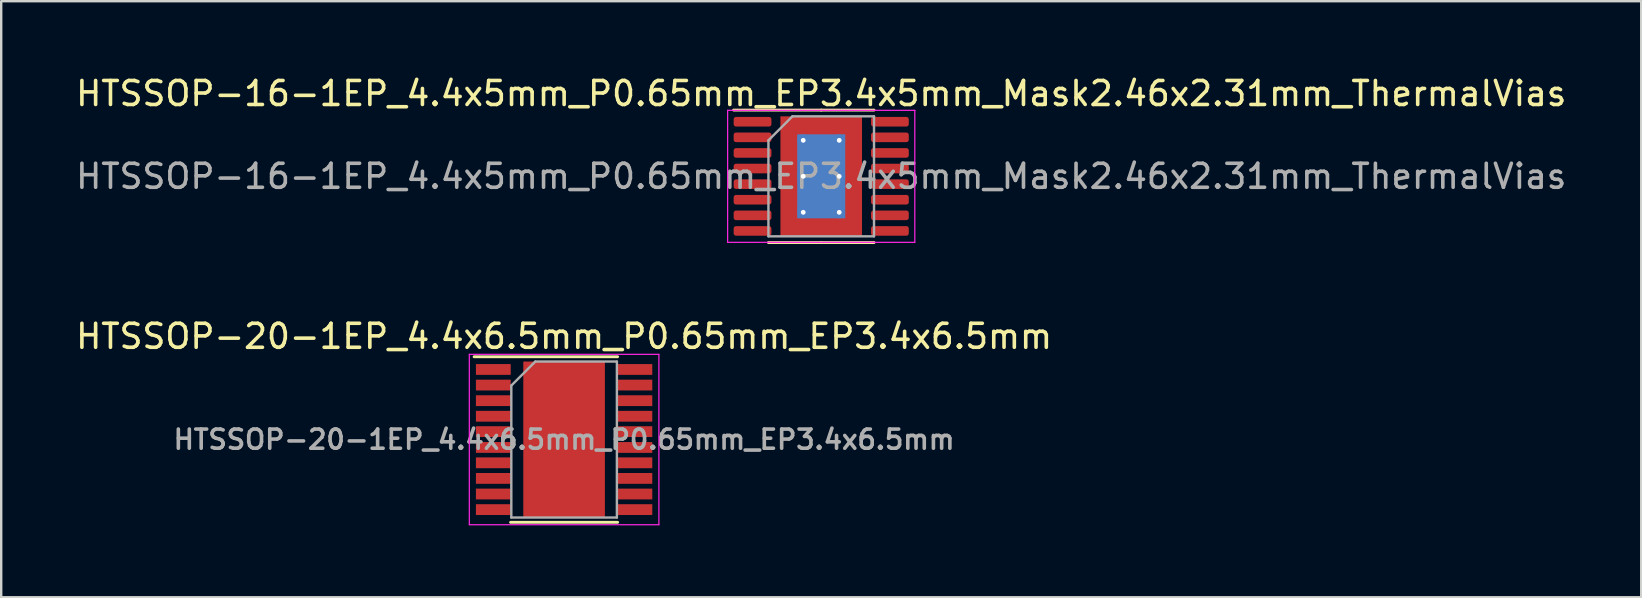
<source format=kicad_pcb>
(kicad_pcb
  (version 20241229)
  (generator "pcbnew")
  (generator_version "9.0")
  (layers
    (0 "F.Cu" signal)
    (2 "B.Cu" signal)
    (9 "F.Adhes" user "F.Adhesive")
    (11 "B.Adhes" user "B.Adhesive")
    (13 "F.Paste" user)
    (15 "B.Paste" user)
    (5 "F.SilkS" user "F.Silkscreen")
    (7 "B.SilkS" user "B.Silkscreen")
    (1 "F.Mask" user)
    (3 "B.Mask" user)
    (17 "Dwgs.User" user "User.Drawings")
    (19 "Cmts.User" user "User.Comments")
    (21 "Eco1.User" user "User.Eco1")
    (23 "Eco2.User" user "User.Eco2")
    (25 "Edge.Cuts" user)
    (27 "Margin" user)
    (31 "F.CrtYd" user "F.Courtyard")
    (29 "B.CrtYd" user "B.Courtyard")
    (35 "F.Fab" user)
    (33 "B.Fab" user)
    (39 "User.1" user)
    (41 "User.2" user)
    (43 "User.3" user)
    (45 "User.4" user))
  (footprint "HTSSOP-16-1EP_4.4x5mm_P0.65mm_EP3.4x5mm_Mask2.46x2.31mm_ThermalVias"
    (layer "F.Cu")
    (at 31.173 4.298)
    (property "Reference" "HTSSOP-16-1EP_4.4x5mm_P0.65mm_EP3.4x5mm_Mask2.46x2.31mm_ThermalVias" (at 0 -3.45 0) (layer "F.SilkS") (effects (font (size 1 1) (thickness 0.15))))
    (attr smd)
    (fp_line (start 0 -2.76) (end -3.65 -2.76) (stroke (width 0.12) (type solid)) (layer "F.SilkS"))
    (fp_line (start 0 -2.76) (end 2.2 -2.76) (stroke (width 0.12) (type solid)) (layer "F.SilkS"))
    (fp_line (start 0 2.76) (end -2.2 2.76) (stroke (width 0.12) (type solid)) (layer "F.SilkS"))
    (fp_line (start 0 2.76) (end 2.2 2.76) (stroke (width 0.12) (type solid)) (layer "F.SilkS"))
    (fp_line (start -3.9 -2.75) (end -3.9 2.75) (stroke (width 0.05) (type solid)) (layer "F.CrtYd"))
    (fp_line (start -3.9 2.75) (end 3.9 2.75) (stroke (width 0.05) (type solid)) (layer "F.CrtYd"))
    (fp_line (start 3.9 -2.75) (end -3.9 -2.75) (stroke (width 0.05) (type solid)) (layer "F.CrtYd"))
    (fp_line (start 3.9 2.75) (end 3.9 -2.75) (stroke (width 0.05) (type solid)) (layer "F.CrtYd"))
    (fp_line (start -2.2 -1.5) (end -1.2 -2.5) (stroke (width 0.1) (type solid)) (layer "F.Fab"))
    (fp_line (start -2.2 2.5) (end -2.2 -1.5) (stroke (width 0.1) (type solid)) (layer "F.Fab"))
    (fp_line (start -1.2 -2.5) (end 2.2 -2.5) (stroke (width 0.1) (type solid)) (layer "F.Fab"))
    (fp_line (start 2.2 -2.5) (end 2.2 2.5) (stroke (width 0.1) (type solid)) (layer "F.Fab"))
    (fp_line (start 2.2 2.5) (end -2.2 2.5) (stroke (width 0.1) (type solid)) (layer "F.Fab"))
    (fp_text user "${REFERENCE}" (at 0 0 0) (layer "F.Fab") (effects (font (size 1 1) (thickness 0.15))))
    (pad "" smd roundrect (at 0 -0.58) (size 1.98 0.93) (layers "F.Paste") (roundrect_rratio 0.25))
    (pad "" smd rect (at 0 0) (size 2.46 2.31) (layers "F.Mask"))
    (pad "" smd roundrect (at 0 0.58) (size 1.98 0.93) (layers "F.Paste") (roundrect_rratio 0.25))
    (pad "1" smd roundrect (at -2.862 -2.275) (size 1.575 0.4) (layers "F.Cu" "F.Mask" "F.Paste") (roundrect_rratio 0.25))
    (pad "2" smd roundrect (at -2.862 -1.625) (size 1.575 0.4) (layers "F.Cu" "F.Mask" "F.Paste") (roundrect_rratio 0.25))
    (pad "3" smd roundrect (at -2.862 -0.975) (size 1.575 0.4) (layers "F.Cu" "F.Mask" "F.Paste") (roundrect_rratio 0.25))
    (pad "4" smd roundrect (at -2.862 -0.325) (size 1.575 0.4) (layers "F.Cu" "F.Mask" "F.Paste") (roundrect_rratio 0.25))
    (pad "5" smd roundrect (at -2.862 0.325) (size 1.575 0.4) (layers "F.Cu" "F.Mask" "F.Paste") (roundrect_rratio 0.25))
    (pad "6" smd roundrect (at -2.862 0.975) (size 1.575 0.4) (layers "F.Cu" "F.Mask" "F.Paste") (roundrect_rratio 0.25))
    (pad "7" smd roundrect (at -2.862 1.625) (size 1.575 0.4) (layers "F.Cu" "F.Mask" "F.Paste") (roundrect_rratio 0.25))
    (pad "8" smd roundrect (at -2.862 2.275) (size 1.575 0.4) (layers "F.Cu" "F.Mask" "F.Paste") (roundrect_rratio 0.25))
    (pad "9" smd roundrect (at 2.862 2.275) (size 1.575 0.4) (layers "F.Cu" "F.Mask" "F.Paste") (roundrect_rratio 0.25))
    (pad "10" smd roundrect (at 2.862 1.625) (size 1.575 0.4) (layers "F.Cu" "F.Mask" "F.Paste") (roundrect_rratio 0.25))
    (pad "11" smd roundrect (at 2.862 0.975) (size 1.575 0.4) (layers "F.Cu" "F.Mask" "F.Paste") (roundrect_rratio 0.25))
    (pad "12" smd roundrect (at 2.862 0.325) (size 1.575 0.4) (layers "F.Cu" "F.Mask" "F.Paste") (roundrect_rratio 0.25))
    (pad "13" smd roundrect (at 2.862 -0.325) (size 1.575 0.4) (layers "F.Cu" "F.Mask" "F.Paste") (roundrect_rratio 0.25))
    (pad "14" smd roundrect (at 2.862 -0.975) (size 1.575 0.4) (layers "F.Cu" "F.Mask" "F.Paste") (roundrect_rratio 0.25))
    (pad "15" smd roundrect (at 2.862 -1.625) (size 1.575 0.4) (layers "F.Cu" "F.Mask" "F.Paste") (roundrect_rratio 0.25))
    (pad "16" smd roundrect (at 2.862 -2.275) (size 1.575 0.4) (layers "F.Cu" "F.Mask" "F.Paste") (roundrect_rratio 0.25))
    (pad "17" thru_hole circle (at -0.75 -1.5) (size 0.5 0.5) (drill 0.2) (layers "*.Cu"))
    (pad "17" thru_hole circle (at -0.75 0) (size 0.5 0.5) (drill 0.2) (layers "*.Cu"))
    (pad "17" thru_hole circle (at -0.75 1.5) (size 0.5 0.5) (drill 0.2) (layers "*.Cu"))
    (pad "17" smd rect (at 0 0) (size 2 3.5) (layers "B.Cu"))
    (pad "17" smd rect (at 0 0) (size 3.4 5) (layers "F.Cu"))
    (pad "17" thru_hole circle (at 0.75 -1.5) (size 0.5 0.5) (drill 0.2) (layers "*.Cu"))
    (pad "17" thru_hole circle (at 0.75 0) (size 0.5 0.5) (drill 0.2) (layers "*.Cu"))
    (pad "17" thru_hole circle (at 0.75 1.5) (size 0.5 0.5) (drill 0.2) (layers "*.Cu")))
  (footprint "HTSSOP-20-1EP_4.4x6.5mm_P0.65mm_EP3.4x6.5mm"
    (layer "F.Cu")
    (at 20.458 15.267)
    (property "Reference" "HTSSOP-20-1EP_4.4x6.5mm_P0.65mm_EP3.4x6.5mm" (at 0 -4.3 0) (layer "F.SilkS") (effects (font (size 1 1) (thickness 0.15))))
    (attr smd)
    (fp_line (start -3.75 -3.45) (end 2.23 -3.45) (stroke (width 0.12) (type solid)) (layer "F.SilkS"))
    (fp_line (start -2.23 3.45) (end 2.23 3.45) (stroke (width 0.12) (type solid)) (layer "F.SilkS"))
    (fp_line (start -3.95 -3.55) (end -3.95 3.55) (stroke (width 0.05) (type solid)) (layer "F.CrtYd"))
    (fp_line (start -3.95 -3.55) (end 3.95 -3.55) (stroke (width 0.05) (type solid)) (layer "F.CrtYd"))
    (fp_line (start -3.95 3.55) (end 3.95 3.55) (stroke (width 0.05) (type solid)) (layer "F.CrtYd"))
    (fp_line (start 3.95 -3.55) (end 3.95 3.55) (stroke (width 0.05) (type solid)) (layer "F.CrtYd"))
    (fp_line (start -2.2 -2.25) (end -1.2 -3.25) (stroke (width 0.1) (type solid)) (layer "F.Fab"))
    (fp_line (start -2.2 3.25) (end -2.2 -2.25) (stroke (width 0.1) (type solid)) (layer "F.Fab"))
    (fp_line (start -1.2 -3.25) (end 2.2 -3.25) (stroke (width 0.1) (type solid)) (layer "F.Fab"))
    (fp_line (start 2.2 -3.25) (end 2.2 3.25) (stroke (width 0.1) (type solid)) (layer "F.Fab"))
    (fp_line (start 2.2 3.25) (end -2.2 3.25) (stroke (width 0.1) (type solid)) (layer "F.Fab"))
    (fp_text user "${REFERENCE}" (at 0 0 0) (layer "F.Fab") (effects (font (size 0.8 0.8) (thickness 0.15))))
    (pad "" smd rect (at -0.85 -2.438) (size 1.4 1.325) (layers "F.Paste"))
    (pad "" smd rect (at -0.85 -0.812) (size 1.4 1.325) (layers "F.Paste"))
    (pad "" smd rect (at -0.85 0.812) (size 1.4 1.325) (layers "F.Paste"))
    (pad "" smd rect (at -0.85 2.438) (size 1.4 1.325) (layers "F.Paste"))
    (pad "" smd rect (at 0.85 -2.438) (size 1.4 1.325) (layers "F.Paste"))
    (pad "" smd rect (at 0.85 -0.812) (size 1.4 1.325) (layers "F.Paste"))
    (pad "" smd rect (at 0.85 0.812) (size 1.4 1.325) (layers "F.Paste"))
    (pad "" smd rect (at 0.85 2.438) (size 1.4 1.325) (layers "F.Paste"))
    (pad "1" smd rect (at -2.95 -2.92) (size 1.45 0.45) (layers "F.Cu" "F.Mask" "F.Paste"))
    (pad "2" smd rect (at -2.95 -2.27) (size 1.45 0.45) (layers "F.Cu" "F.Mask" "F.Paste"))
    (pad "3" smd rect (at -2.95 -1.62) (size 1.45 0.45) (layers "F.Cu" "F.Mask" "F.Paste"))
    (pad "4" smd rect (at -2.95 -0.97) (size 1.45 0.45) (layers "F.Cu" "F.Mask" "F.Paste"))
    (pad "5" smd rect (at -2.95 -0.33) (size 1.45 0.45) (layers "F.Cu" "F.Mask" "F.Paste"))
    (pad "6" smd rect (at -2.95 0.33) (size 1.45 0.45) (layers "F.Cu" "F.Mask" "F.Paste"))
    (pad "7" smd rect (at -2.95 0.97) (size 1.45 0.45) (layers "F.Cu" "F.Mask" "F.Paste"))
    (pad "8" smd rect (at -2.95 1.62) (size 1.45 0.45) (layers "F.Cu" "F.Mask" "F.Paste"))
    (pad "9" smd rect (at -2.95 2.27) (size 1.45 0.45) (layers "F.Cu" "F.Mask" "F.Paste"))
    (pad "10" smd rect (at -2.95 2.92) (size 1.45 0.45) (layers "F.Cu" "F.Mask" "F.Paste"))
    (pad "11" smd rect (at 2.95 2.92) (size 1.45 0.45) (layers "F.Cu" "F.Mask" "F.Paste"))
    (pad "12" smd rect (at 2.95 2.27) (size 1.45 0.45) (layers "F.Cu" "F.Mask" "F.Paste"))
    (pad "13" smd rect (at 2.95 1.62) (size 1.45 0.45) (layers "F.Cu" "F.Mask" "F.Paste"))
    (pad "14" smd rect (at 2.95 0.97) (size 1.45 0.45) (layers "F.Cu" "F.Mask" "F.Paste"))
    (pad "15" smd rect (at 2.95 0.33) (size 1.45 0.45) (layers "F.Cu" "F.Mask" "F.Paste"))
    (pad "16" smd rect (at 2.95 -0.33) (size 1.45 0.45) (layers "F.Cu" "F.Mask" "F.Paste"))
    (pad "17" smd rect (at 2.95 -0.97) (size 1.45 0.45) (layers "F.Cu" "F.Mask" "F.Paste"))
    (pad "18" smd rect (at 2.95 -1.62) (size 1.45 0.45) (layers "F.Cu" "F.Mask" "F.Paste"))
    (pad "19" smd rect (at 2.95 -2.27) (size 1.45 0.45) (layers "F.Cu" "F.Mask" "F.Paste"))
    (pad "20" smd rect (at 2.95 -2.92) (size 1.45 0.45) (layers "F.Cu" "F.Mask" "F.Paste"))
    (pad "21" smd rect (at 0 0) (size 3.4 6.5) (layers "F.Cu" "F.Mask")))
  (gr_rect
    (start -3 -3)
    (end 65.345 21.841)
    (stroke (width 0.1) (type default))
    (fill no)
    (layer "Edge.Cuts")))
</source>
